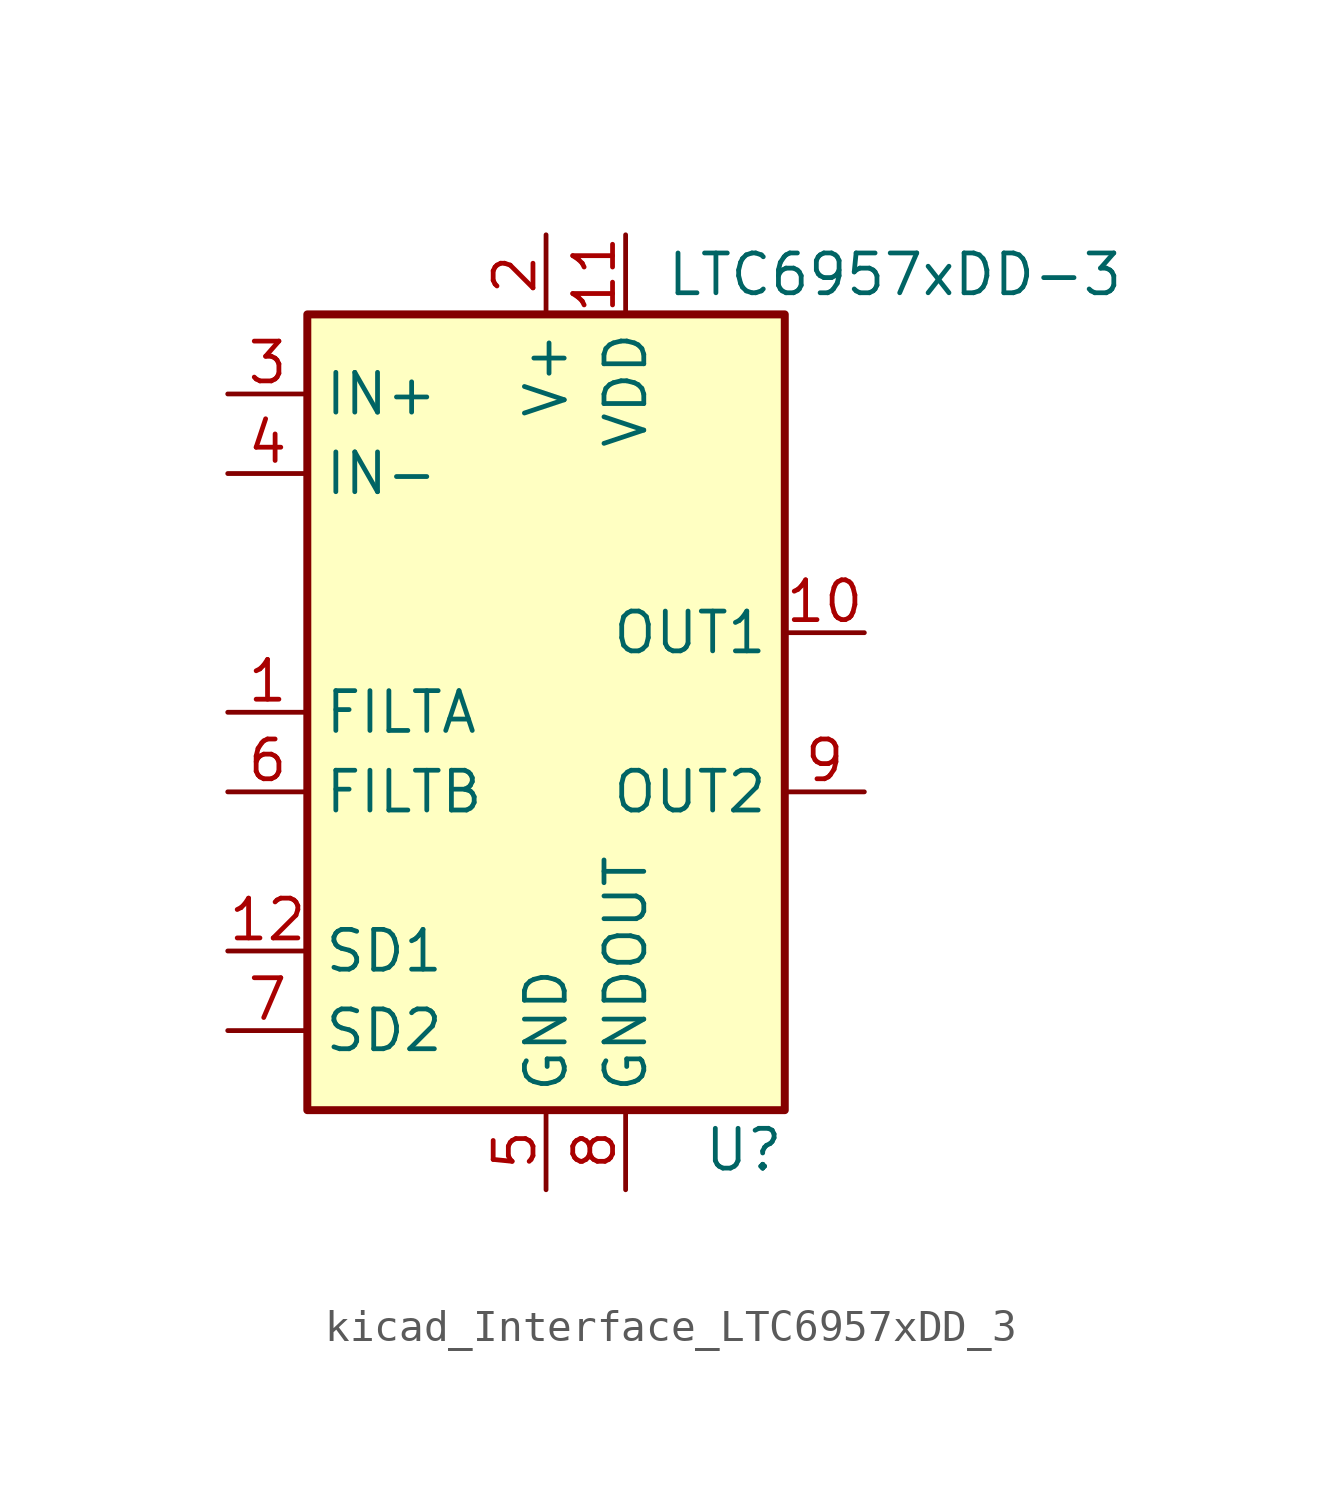
<source format=kicad_sym>
(kicad_symbol_lib
  (version 20220914)
  (generator kicad_symbol_editor)
  (symbol "kicad_Interface_LTC6957xDD_3"
    (property "Reference" "U"
      (at 7.62 -13.97 0)
      (effects (font (size 1.27 1.27)) (justify right)))
    (property "Value" "LTC6957xDD-3"
      (at 3.81 13.97 0)
      (effects (font (size 1.27 1.27)) (justify left)))
    (symbol "kicad_Interface_LTC6957xDD_3_0_1"
      (rectangle (start -7.62 12.7) (end 7.62 -12.7) (stroke (width 0.254) (type default)) (fill (type background))))
    (symbol "kicad_Interface_LTC6957xDD_3_1_1"
      (pin input line (at -10.16 0 0) (length 2.54) (name "FILTA" (effects (font (size 1.27 1.27)))) (number "1" (effects (font (size 1.27 1.27)))))
      (pin output line (at 10.16 2.54 180) (length 2.54) (name "OUT1" (effects (font (size 1.27 1.27)))) (number "10" (effects (font (size 1.27 1.27)))))
      (pin power_in line (at 2.54 15.24 270) (length 2.54) (name "VDD" (effects (font (size 1.27 1.27)))) (number "11" (effects (font (size 1.27 1.27)))))
      (pin input line (at -10.16 -7.62 0) (length 2.54) (name "SD1" (effects (font (size 1.27 1.27)))) (number "12" (effects (font (size 1.27 1.27)))))
      (pin passive line (at 0 -15.24 90) (length 2.54) hide (name "GND" (effects (font (size 1.27 1.27)))) (number "13" (effects (font (size 1.27 1.27)))))
      (pin power_in line (at 0 15.24 270) (length 2.54) (name "V+" (effects (font (size 1.27 1.27)))) (number "2" (effects (font (size 1.27 1.27)))))
      (pin input line (at -10.16 10.16 0) (length 2.54) (name "IN+" (effects (font (size 1.27 1.27)))) (number "3" (effects (font (size 1.27 1.27)))))
      (pin input line (at -10.16 7.62 0) (length 2.54) (name "IN-" (effects (font (size 1.27 1.27)))) (number "4" (effects (font (size 1.27 1.27)))))
      (pin power_in line (at 0 -15.24 90) (length 2.54) (name "GND" (effects (font (size 1.27 1.27)))) (number "5" (effects (font (size 1.27 1.27)))))
      (pin input line (at -10.16 -2.54 0) (length 2.54) (name "FILTB" (effects (font (size 1.27 1.27)))) (number "6" (effects (font (size 1.27 1.27)))))
      (pin input line (at -10.16 -10.16 0) (length 2.54) (name "SD2" (effects (font (size 1.27 1.27)))) (number "7" (effects (font (size 1.27 1.27)))))
      (pin output line (at 2.54 -15.24 90) (length 2.54) (name "GNDOUT" (effects (font (size 1.27 1.27)))) (number "8" (effects (font (size 1.27 1.27)))))
      (pin output line (at 10.16 -2.54 180) (length 2.54) (name "OUT2" (effects (font (size 1.27 1.27)))) (number "9" (effects (font (size 1.27 1.27))))))))
</source>
